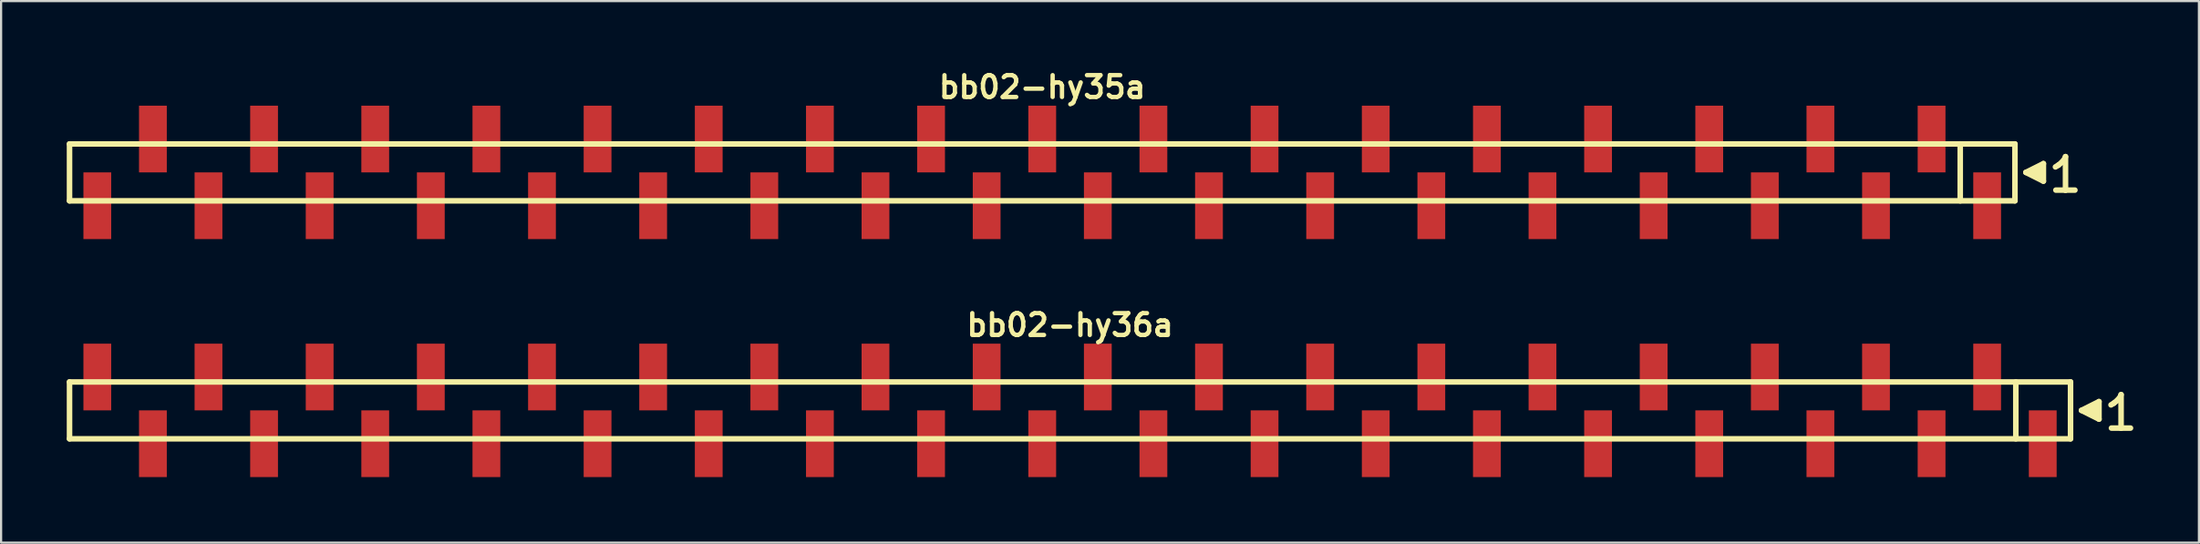
<source format=kicad_pcb>
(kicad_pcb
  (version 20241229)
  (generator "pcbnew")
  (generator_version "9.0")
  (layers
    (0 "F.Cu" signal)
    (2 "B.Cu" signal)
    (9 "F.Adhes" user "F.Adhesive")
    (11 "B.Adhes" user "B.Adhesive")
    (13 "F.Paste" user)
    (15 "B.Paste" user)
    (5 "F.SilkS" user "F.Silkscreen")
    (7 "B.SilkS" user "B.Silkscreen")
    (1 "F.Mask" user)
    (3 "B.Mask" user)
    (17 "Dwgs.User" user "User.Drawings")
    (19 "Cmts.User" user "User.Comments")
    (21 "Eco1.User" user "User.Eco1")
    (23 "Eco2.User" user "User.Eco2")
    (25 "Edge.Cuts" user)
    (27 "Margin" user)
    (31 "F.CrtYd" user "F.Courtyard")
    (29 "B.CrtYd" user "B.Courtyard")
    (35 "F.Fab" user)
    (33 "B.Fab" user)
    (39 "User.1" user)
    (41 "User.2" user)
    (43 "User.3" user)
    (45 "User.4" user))
  (footprint "bb02-hy36a"
    (layer "F.Cu")
    (at 45.847 15.713)
    (property "Reference" "bb02-hy36a" (at 0 -3.9 0) (layer "F.SilkS") (effects (font (size 0.998 0.998) (thickness 0.198))))
    (attr smd)
    (fp_line (start -45.72 -1.3) (end 45.72 -1.3) (stroke (width 0.254) (type solid)) (layer "F.SilkS"))
    (fp_line (start -45.72 1.3) (end -45.72 -1.3) (stroke (width 0.254) (type solid)) (layer "F.SilkS"))
    (fp_line (start 43.22 1.3) (end 43.22 -1.3) (stroke (width 0.254) (type solid)) (layer "F.SilkS"))
    (fp_line (start 45.72 -1.3) (end 45.72 1.3) (stroke (width 0.254) (type solid)) (layer "F.SilkS"))
    (fp_line (start 45.72 1.3) (end -45.72 1.3) (stroke (width 0.254) (type solid)) (layer "F.SilkS"))
    (fp_line (start 46.22 0) (end 47.02 0.4) (stroke (width 0.254) (type solid)) (layer "F.SilkS"))
    (fp_line (start 46.52 0.1) (end 46.52 -0.1) (stroke (width 0.254) (type solid)) (layer "F.SilkS"))
    (fp_line (start 46.62 -0.1) (end 46.62 0.1) (stroke (width 0.254) (type solid)) (layer "F.SilkS"))
    (fp_line (start 46.72 0.2) (end 46.72 -0.2) (stroke (width 0.254) (type solid)) (layer "F.SilkS"))
    (fp_line (start 46.82 -0.2) (end 46.82 0.2) (stroke (width 0.254) (type solid)) (layer "F.SilkS"))
    (fp_line (start 46.92 0.3) (end 46.92 -0.3) (stroke (width 0.254) (type solid)) (layer "F.SilkS"))
    (fp_line (start 47.02 -0.4) (end 46.22 0) (stroke (width 0.254) (type solid)) (layer "F.SilkS"))
    (fp_line (start 47.02 0.4) (end 47.02 -0.4) (stroke (width 0.254) (type solid)) (layer "F.SilkS"))
    (fp_line (start 47.57 -0.25) (end 47.7 -0.33) (stroke (width 0.254) (type solid)) (layer "F.SilkS"))
    (fp_line (start 47.7 -0.33) (end 47.86 -0.46) (stroke (width 0.254) (type solid)) (layer "F.SilkS"))
    (fp_line (start 47.86 -0.46) (end 48 -0.63) (stroke (width 0.254) (type solid)) (layer "F.SilkS"))
    (fp_line (start 48 -0.63) (end 48.03 -0.72) (stroke (width 0.254) (type solid)) (layer "F.SilkS"))
    (fp_line (start 48.03 -0.72) (end 48.03 0.81) (stroke (width 0.254) (type solid)) (layer "F.SilkS"))
    (fp_line (start 48.03 0.81) (end 47.59 0.81) (stroke (width 0.254) (type solid)) (layer "F.SilkS"))
    (fp_line (start 48.46 0.81) (end 48.02 0.81) (stroke (width 0.254) (type solid)) (layer "F.SilkS"))
    (pad "1" smd rect (at 44.45 1.525) (size 1.27 3.05) (layers "F.Cu" "F.Mask" "F.Paste"))
    (pad "2" smd rect (at 41.91 -1.525) (size 1.27 3.05) (layers "F.Cu" "F.Mask" "F.Paste"))
    (pad "3" smd rect (at 39.37 1.525) (size 1.27 3.05) (layers "F.Cu" "F.Mask" "F.Paste"))
    (pad "4" smd rect (at 36.83 -1.525) (size 1.27 3.05) (layers "F.Cu" "F.Mask" "F.Paste"))
    (pad "5" smd rect (at 34.29 1.525) (size 1.27 3.05) (layers "F.Cu" "F.Mask" "F.Paste"))
    (pad "6" smd rect (at 31.75 -1.525) (size 1.27 3.05) (layers "F.Cu" "F.Mask" "F.Paste"))
    (pad "7" smd rect (at 29.21 1.525) (size 1.27 3.05) (layers "F.Cu" "F.Mask" "F.Paste"))
    (pad "8" smd rect (at 26.67 -1.525) (size 1.27 3.05) (layers "F.Cu" "F.Mask" "F.Paste"))
    (pad "9" smd rect (at 24.13 1.525) (size 1.27 3.05) (layers "F.Cu" "F.Mask" "F.Paste"))
    (pad "10" smd rect (at 21.59 -1.525) (size 1.27 3.05) (layers "F.Cu" "F.Mask" "F.Paste"))
    (pad "11" smd rect (at 19.05 1.525) (size 1.27 3.05) (layers "F.Cu" "F.Mask" "F.Paste"))
    (pad "12" smd rect (at 16.51 -1.525) (size 1.27 3.05) (layers "F.Cu" "F.Mask" "F.Paste"))
    (pad "13" smd rect (at 13.97 1.525) (size 1.27 3.05) (layers "F.Cu" "F.Mask" "F.Paste"))
    (pad "14" smd rect (at 11.43 -1.525) (size 1.27 3.05) (layers "F.Cu" "F.Mask" "F.Paste"))
    (pad "15" smd rect (at 8.89 1.525) (size 1.27 3.05) (layers "F.Cu" "F.Mask" "F.Paste"))
    (pad "16" smd rect (at 6.35 -1.525) (size 1.27 3.05) (layers "F.Cu" "F.Mask" "F.Paste"))
    (pad "17" smd rect (at 3.81 1.525) (size 1.27 3.05) (layers "F.Cu" "F.Mask" "F.Paste"))
    (pad "18" smd rect (at 1.27 -1.525) (size 1.27 3.05) (layers "F.Cu" "F.Mask" "F.Paste"))
    (pad "19" smd rect (at -1.27 1.525) (size 1.27 3.05) (layers "F.Cu" "F.Mask" "F.Paste"))
    (pad "20" smd rect (at -3.81 -1.525) (size 1.27 3.05) (layers "F.Cu" "F.Mask" "F.Paste"))
    (pad "21" smd rect (at -6.35 1.525) (size 1.27 3.05) (layers "F.Cu" "F.Mask" "F.Paste"))
    (pad "22" smd rect (at -8.89 -1.525) (size 1.27 3.05) (layers "F.Cu" "F.Mask" "F.Paste"))
    (pad "23" smd rect (at -11.43 1.525) (size 1.27 3.05) (layers "F.Cu" "F.Mask" "F.Paste"))
    (pad "24" smd rect (at -13.97 -1.525) (size 1.27 3.05) (layers "F.Cu" "F.Mask" "F.Paste"))
    (pad "25" smd rect (at -16.51 1.525) (size 1.27 3.05) (layers "F.Cu" "F.Mask" "F.Paste"))
    (pad "26" smd rect (at -19.05 -1.525) (size 1.27 3.05) (layers "F.Cu" "F.Mask" "F.Paste"))
    (pad "27" smd rect (at -21.59 1.525) (size 1.27 3.05) (layers "F.Cu" "F.Mask" "F.Paste"))
    (pad "28" smd rect (at -24.13 -1.525) (size 1.27 3.05) (layers "F.Cu" "F.Mask" "F.Paste"))
    (pad "29" smd rect (at -26.67 1.525) (size 1.27 3.05) (layers "F.Cu" "F.Mask" "F.Paste"))
    (pad "30" smd rect (at -29.21 -1.525) (size 1.27 3.05) (layers "F.Cu" "F.Mask" "F.Paste"))
    (pad "31" smd rect (at -31.75 1.525) (size 1.27 3.05) (layers "F.Cu" "F.Mask" "F.Paste"))
    (pad "32" smd rect (at -34.29 -1.525) (size 1.27 3.05) (layers "F.Cu" "F.Mask" "F.Paste"))
    (pad "33" smd rect (at -36.83 1.525) (size 1.27 3.05) (layers "F.Cu" "F.Mask" "F.Paste"))
    (pad "34" smd rect (at -39.37 -1.525) (size 1.27 3.05) (layers "F.Cu" "F.Mask" "F.Paste"))
    (pad "35" smd rect (at -41.91 1.525) (size 1.27 3.05) (layers "F.Cu" "F.Mask" "F.Paste"))
    (pad "36" smd rect (at -44.45 -1.525) (size 1.27 3.05) (layers "F.Cu" "F.Mask" "F.Paste")))
  (footprint "bb02-hy35a"
    (layer "F.Cu")
    (at 44.577 4.832)
    (property "Reference" "bb02-hy35a" (at 0 -3.9 0) (layer "F.SilkS") (effects (font (size 0.998 0.998) (thickness 0.198))))
    (attr smd)
    (fp_line (start -44.45 -1.3) (end 44.45 -1.3) (stroke (width 0.254) (type solid)) (layer "F.SilkS"))
    (fp_line (start -44.45 1.3) (end -44.45 -1.3) (stroke (width 0.254) (type solid)) (layer "F.SilkS"))
    (fp_line (start 41.95 1.3) (end 41.95 -1.3) (stroke (width 0.254) (type solid)) (layer "F.SilkS"))
    (fp_line (start 44.45 -1.3) (end 44.45 1.3) (stroke (width 0.254) (type solid)) (layer "F.SilkS"))
    (fp_line (start 44.45 1.3) (end -44.45 1.3) (stroke (width 0.254) (type solid)) (layer "F.SilkS"))
    (fp_line (start 44.95 0) (end 45.75 0.4) (stroke (width 0.254) (type solid)) (layer "F.SilkS"))
    (fp_line (start 45.25 0.1) (end 45.25 -0.1) (stroke (width 0.254) (type solid)) (layer "F.SilkS"))
    (fp_line (start 45.35 -0.1) (end 45.35 0.1) (stroke (width 0.254) (type solid)) (layer "F.SilkS"))
    (fp_line (start 45.45 0.2) (end 45.45 -0.2) (stroke (width 0.254) (type solid)) (layer "F.SilkS"))
    (fp_line (start 45.55 -0.2) (end 45.55 0.2) (stroke (width 0.254) (type solid)) (layer "F.SilkS"))
    (fp_line (start 45.65 0.3) (end 45.65 -0.3) (stroke (width 0.254) (type solid)) (layer "F.SilkS"))
    (fp_line (start 45.75 -0.4) (end 44.95 0) (stroke (width 0.254) (type solid)) (layer "F.SilkS"))
    (fp_line (start 45.75 0.4) (end 45.75 -0.4) (stroke (width 0.254) (type solid)) (layer "F.SilkS"))
    (fp_line (start 46.3 -0.25) (end 46.43 -0.33) (stroke (width 0.254) (type solid)) (layer "F.SilkS"))
    (fp_line (start 46.43 -0.33) (end 46.59 -0.46) (stroke (width 0.254) (type solid)) (layer "F.SilkS"))
    (fp_line (start 46.59 -0.46) (end 46.73 -0.63) (stroke (width 0.254) (type solid)) (layer "F.SilkS"))
    (fp_line (start 46.73 -0.63) (end 46.76 -0.72) (stroke (width 0.254) (type solid)) (layer "F.SilkS"))
    (fp_line (start 46.76 -0.72) (end 46.76 0.81) (stroke (width 0.254) (type solid)) (layer "F.SilkS"))
    (fp_line (start 46.76 0.81) (end 46.32 0.81) (stroke (width 0.254) (type solid)) (layer "F.SilkS"))
    (fp_line (start 47.19 0.81) (end 46.75 0.81) (stroke (width 0.254) (type solid)) (layer "F.SilkS"))
    (pad "1" smd rect (at 43.18 1.525) (size 1.27 3.05) (layers "F.Cu" "F.Mask" "F.Paste"))
    (pad "2" smd rect (at 40.64 -1.525) (size 1.27 3.05) (layers "F.Cu" "F.Mask" "F.Paste"))
    (pad "3" smd rect (at 38.1 1.525) (size 1.27 3.05) (layers "F.Cu" "F.Mask" "F.Paste"))
    (pad "4" smd rect (at 35.56 -1.525) (size 1.27 3.05) (layers "F.Cu" "F.Mask" "F.Paste"))
    (pad "5" smd rect (at 33.02 1.525) (size 1.27 3.05) (layers "F.Cu" "F.Mask" "F.Paste"))
    (pad "6" smd rect (at 30.48 -1.525) (size 1.27 3.05) (layers "F.Cu" "F.Mask" "F.Paste"))
    (pad "7" smd rect (at 27.94 1.525) (size 1.27 3.05) (layers "F.Cu" "F.Mask" "F.Paste"))
    (pad "8" smd rect (at 25.4 -1.525) (size 1.27 3.05) (layers "F.Cu" "F.Mask" "F.Paste"))
    (pad "9" smd rect (at 22.86 1.525) (size 1.27 3.05) (layers "F.Cu" "F.Mask" "F.Paste"))
    (pad "10" smd rect (at 20.32 -1.525) (size 1.27 3.05) (layers "F.Cu" "F.Mask" "F.Paste"))
    (pad "11" smd rect (at 17.78 1.525) (size 1.27 3.05) (layers "F.Cu" "F.Mask" "F.Paste"))
    (pad "12" smd rect (at 15.24 -1.525) (size 1.27 3.05) (layers "F.Cu" "F.Mask" "F.Paste"))
    (pad "13" smd rect (at 12.7 1.525) (size 1.27 3.05) (layers "F.Cu" "F.Mask" "F.Paste"))
    (pad "14" smd rect (at 10.16 -1.525) (size 1.27 3.05) (layers "F.Cu" "F.Mask" "F.Paste"))
    (pad "15" smd rect (at 7.62 1.525) (size 1.27 3.05) (layers "F.Cu" "F.Mask" "F.Paste"))
    (pad "16" smd rect (at 5.08 -1.525) (size 1.27 3.05) (layers "F.Cu" "F.Mask" "F.Paste"))
    (pad "17" smd rect (at 2.54 1.525) (size 1.27 3.05) (layers "F.Cu" "F.Mask" "F.Paste"))
    (pad "18" smd rect (at 0 -1.525) (size 1.27 3.05) (layers "F.Cu" "F.Mask" "F.Paste"))
    (pad "19" smd rect (at -2.54 1.525) (size 1.27 3.05) (layers "F.Cu" "F.Mask" "F.Paste"))
    (pad "20" smd rect (at -5.08 -1.525) (size 1.27 3.05) (layers "F.Cu" "F.Mask" "F.Paste"))
    (pad "21" smd rect (at -7.62 1.525) (size 1.27 3.05) (layers "F.Cu" "F.Mask" "F.Paste"))
    (pad "22" smd rect (at -10.16 -1.525) (size 1.27 3.05) (layers "F.Cu" "F.Mask" "F.Paste"))
    (pad "23" smd rect (at -12.7 1.525) (size 1.27 3.05) (layers "F.Cu" "F.Mask" "F.Paste"))
    (pad "24" smd rect (at -15.24 -1.525) (size 1.27 3.05) (layers "F.Cu" "F.Mask" "F.Paste"))
    (pad "25" smd rect (at -17.78 1.525) (size 1.27 3.05) (layers "F.Cu" "F.Mask" "F.Paste"))
    (pad "26" smd rect (at -20.32 -1.525) (size 1.27 3.05) (layers "F.Cu" "F.Mask" "F.Paste"))
    (pad "27" smd rect (at -22.86 1.525) (size 1.27 3.05) (layers "F.Cu" "F.Mask" "F.Paste"))
    (pad "28" smd rect (at -25.4 -1.525) (size 1.27 3.05) (layers "F.Cu" "F.Mask" "F.Paste"))
    (pad "29" smd rect (at -27.94 1.525) (size 1.27 3.05) (layers "F.Cu" "F.Mask" "F.Paste"))
    (pad "30" smd rect (at -30.48 -1.525) (size 1.27 3.05) (layers "F.Cu" "F.Mask" "F.Paste"))
    (pad "31" smd rect (at -33.02 1.525) (size 1.27 3.05) (layers "F.Cu" "F.Mask" "F.Paste"))
    (pad "32" smd rect (at -35.56 -1.525) (size 1.27 3.05) (layers "F.Cu" "F.Mask" "F.Paste"))
    (pad "33" smd rect (at -38.1 1.525) (size 1.27 3.05) (layers "F.Cu" "F.Mask" "F.Paste"))
    (pad "34" smd rect (at -40.64 -1.525) (size 1.27 3.05) (layers "F.Cu" "F.Mask" "F.Paste"))
    (pad "35" smd rect (at -43.18 1.525) (size 1.27 3.05) (layers "F.Cu" "F.Mask" "F.Paste")))
  (gr_rect
    (start -3 -3)
    (end 97.434 21.763)
    (stroke (width 0.1) (type default))
    (fill no)
    (layer "Edge.Cuts")))
</source>
